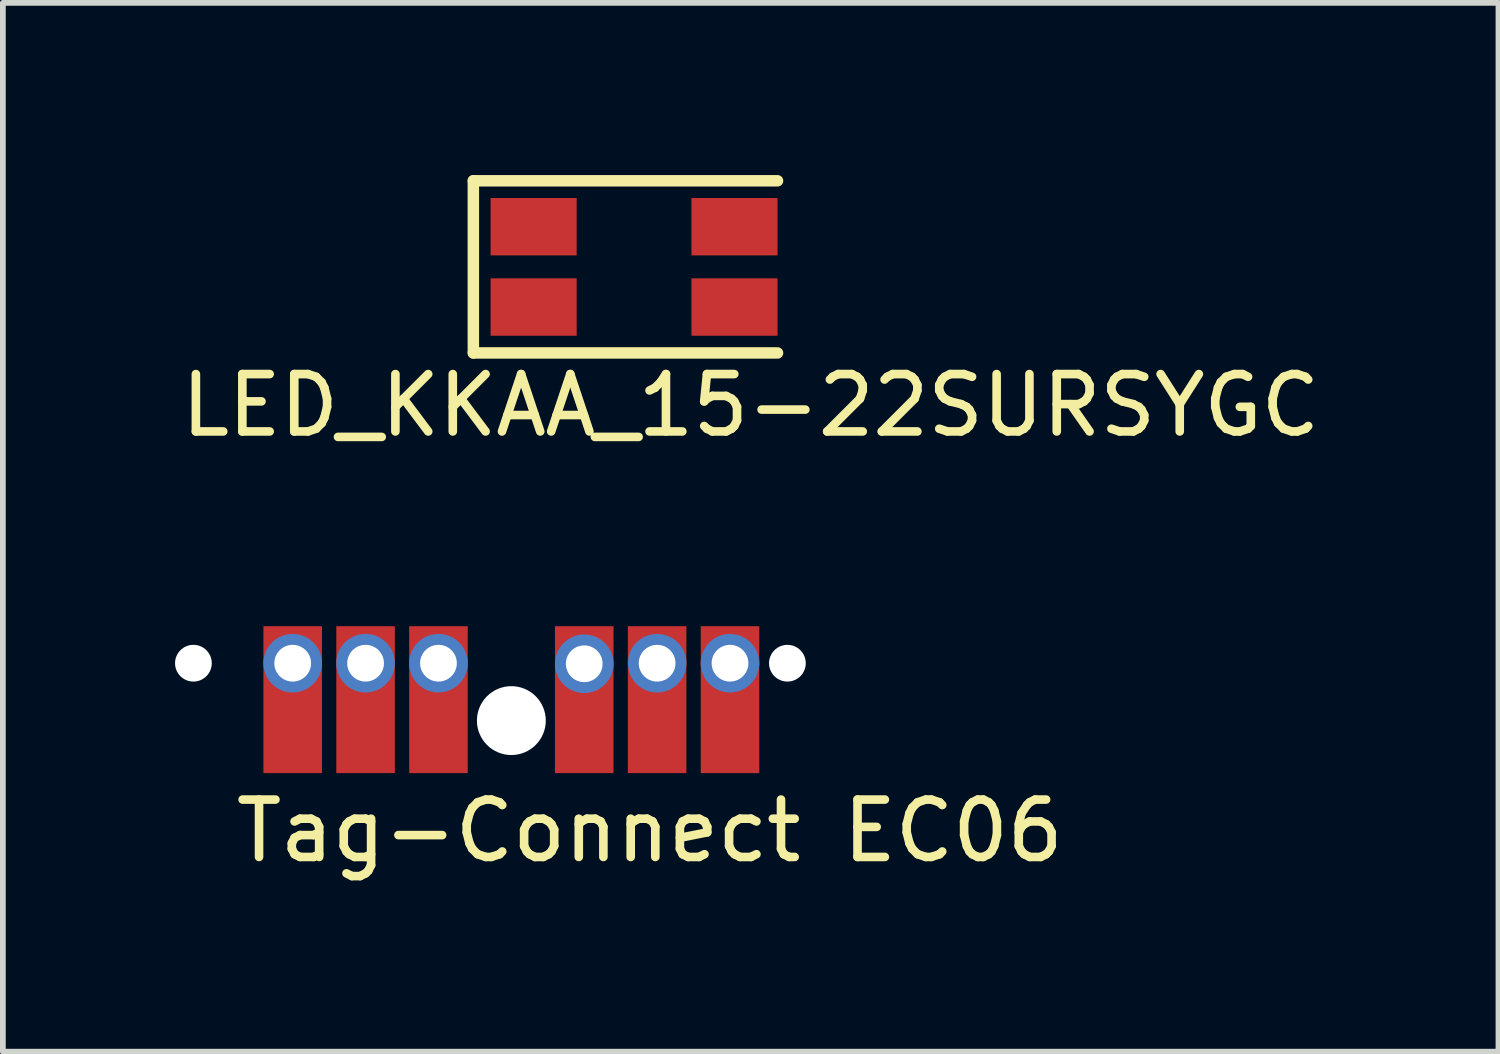
<source format=kicad_pcb>
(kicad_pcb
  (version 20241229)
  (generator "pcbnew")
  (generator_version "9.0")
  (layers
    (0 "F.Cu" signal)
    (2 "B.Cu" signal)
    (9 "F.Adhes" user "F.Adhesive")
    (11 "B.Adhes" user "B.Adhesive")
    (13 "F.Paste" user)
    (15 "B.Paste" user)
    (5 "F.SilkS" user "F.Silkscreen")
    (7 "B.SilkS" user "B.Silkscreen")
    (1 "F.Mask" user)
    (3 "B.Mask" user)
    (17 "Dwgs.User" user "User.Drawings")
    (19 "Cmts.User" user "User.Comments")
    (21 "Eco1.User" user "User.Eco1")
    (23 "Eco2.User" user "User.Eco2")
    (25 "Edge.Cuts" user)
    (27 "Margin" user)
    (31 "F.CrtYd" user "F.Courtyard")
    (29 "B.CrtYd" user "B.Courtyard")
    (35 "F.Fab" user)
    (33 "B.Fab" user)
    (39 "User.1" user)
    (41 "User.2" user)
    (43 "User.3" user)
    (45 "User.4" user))
  (footprint "Tag-Connect EC06"
    (layer "F.Cu")
    (at 5.86 8.506)
    (property "Reference" "Tag-Connect EC06" (at 2.413 2.921 0) (unlocked yes) (layer "F.SilkS") (effects (font (size 1 1) (thickness 0.15))))
    (attr through_hole)
    (pad "" np_thru_hole circle (at -5.54 0 90) (size 0.64 0.64) (drill 0.64) (layers "*.Cu" "*.Mask"))
    (pad "" np_thru_hole circle (at 0 1 90) (size 1.2 1.2) (drill 1.2) (layers "*.Cu" "*.Mask"))
    (pad "" np_thru_hole circle (at 4.81 0 90) (size 0.64 0.64) (drill 0.64) (layers "*.Cu" "*.Mask"))
    (pad "1" thru_hole circle (at 3.81 0 180) (size 1.02 1.02) (drill 0.64) (layers "*.Cu" "*.Mask"))
    (pad "1" smd rect (at 3.81 0.635 90) (size 2.56 1.02) (layers "F.Cu" "F.Mask"))
    (pad "2" thru_hole circle (at 2.54 0 90) (size 1.02 1.02) (drill 0.64) (layers "*.Cu" "*.Mask"))
    (pad "2" smd rect (at 2.54 0.635 90) (size 2.56 1.02) (layers "F.Cu" "F.Mask"))
    (pad "3" thru_hole circle (at 1.27 0.01 90) (size 1.02 1.02) (drill 0.64) (layers "*.Cu" "*.Mask"))
    (pad "3" smd rect (at 1.27 0.635 90) (size 2.56 1.02) (layers "F.Cu" "F.Mask"))
    (pad "4" thru_hole circle (at -1.27 0 270) (size 1.02 1.02) (drill 0.64) (layers "*.Cu" "*.Mask"))
    (pad "4" smd rect (at -1.27 0.635 90) (size 2.56 1.02) (layers "F.Cu" "F.Mask"))
    (pad "5" thru_hole circle (at -2.54 0 90) (size 1.02 1.02) (drill 0.64) (layers "*.Cu" "*.Mask"))
    (pad "5" smd rect (at -2.54 0.635 90) (size 2.56 1.02) (layers "F.Cu" "F.Mask"))
    (pad "6" thru_hole circle (at -3.81 0 90) (size 1.02 1.02) (drill 0.64) (layers "*.Cu" "*.Mask"))
    (pad "6" smd rect (at -3.81 0.635 90) (size 2.56 1.02) (layers "F.Cu" "F.Mask")))
  (footprint "LED_KKAA_15-22SURSYGC"
    (layer "F.Cu")
    (at 7.998 1.6)
    (property "Reference" "LED_KKAA_15-22SURSYGC" (at 2.032 2.413 0) (unlocked yes) (layer "F.SilkS") (effects (font (size 1 1) (thickness 0.15))))
    (attr smd)
    (fp_line (start -2.8 -1.5) (end -2.8 1.5) (stroke (width 0.2) (type solid)) (layer "F.SilkS"))
    (fp_line (start -2.8 1.5) (end 2.5 1.5) (stroke (width 0.2) (type solid)) (layer "F.SilkS"))
    (fp_line (start 2.5 -1.5) (end -2.8 -1.5) (stroke (width 0.2) (type solid)) (layer "F.SilkS"))
    (pad "1" smd rect (at -1.75 0.7) (size 1.5 1) (layers "F.Cu" "F.Mask" "F.Paste"))
    (pad "2" smd rect (at -1.75 -0.7) (size 1.5 1) (layers "F.Cu" "F.Mask" "F.Paste"))
    (pad "3" smd rect (at 1.75 -0.7) (size 1.5 1) (layers "F.Cu" "F.Mask" "F.Paste"))
    (pad "4" smd rect (at 1.75 0.7) (size 1.5 1) (layers "F.Cu" "F.Mask" "F.Paste")))
  (gr_rect
    (start -3 -3)
    (end 23.06 15.275)
    (stroke (width 0.1) (type default))
    (fill no)
    (layer "Edge.Cuts")))
</source>
